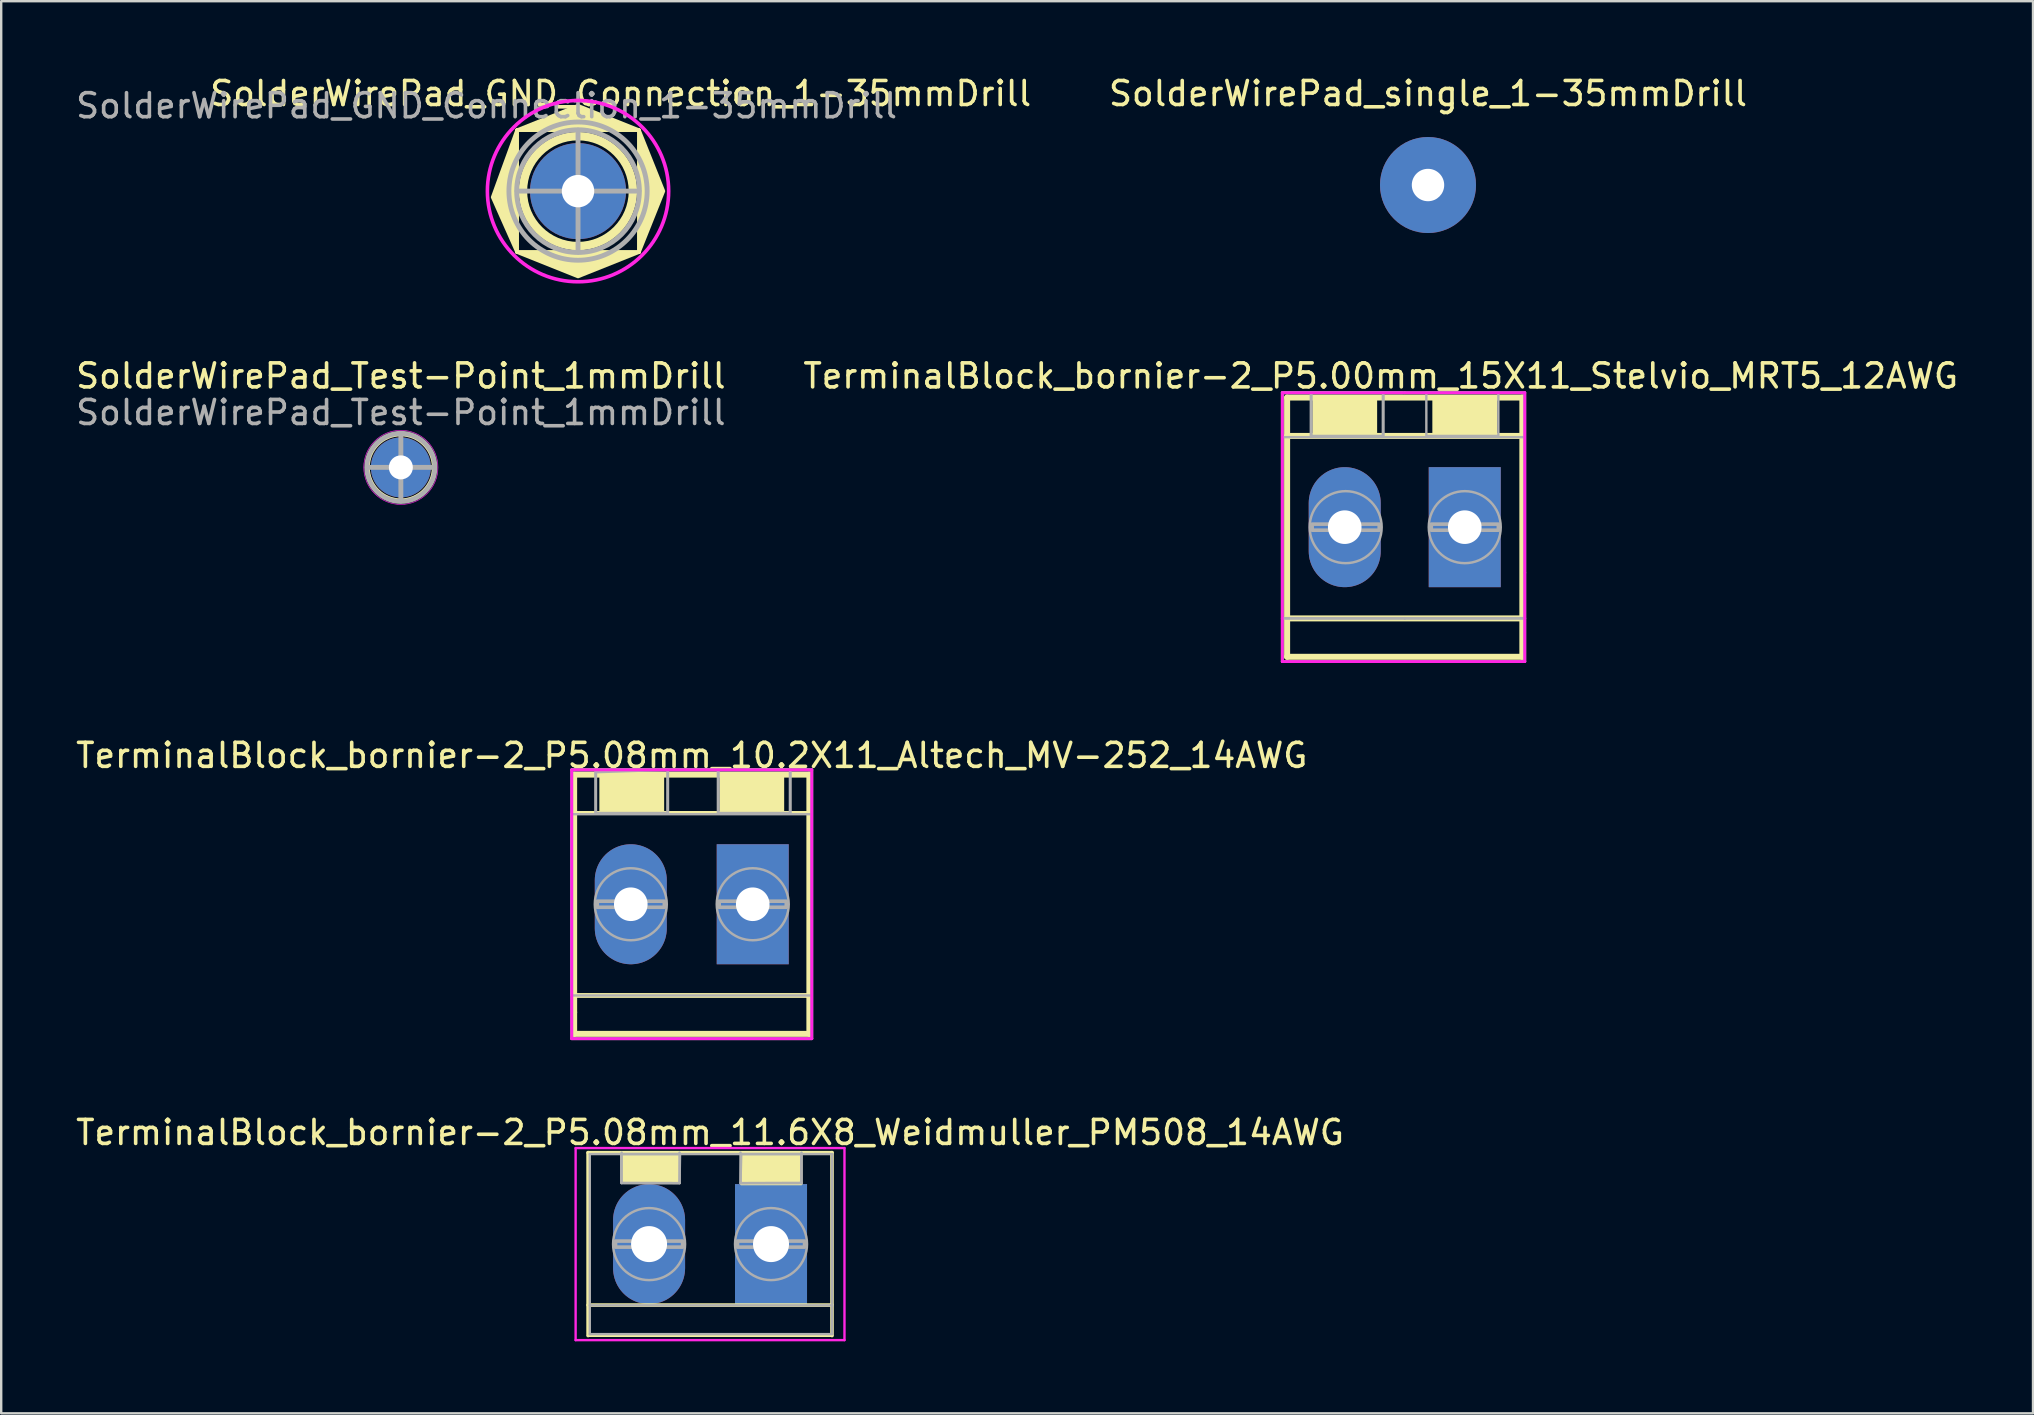
<source format=kicad_pcb>
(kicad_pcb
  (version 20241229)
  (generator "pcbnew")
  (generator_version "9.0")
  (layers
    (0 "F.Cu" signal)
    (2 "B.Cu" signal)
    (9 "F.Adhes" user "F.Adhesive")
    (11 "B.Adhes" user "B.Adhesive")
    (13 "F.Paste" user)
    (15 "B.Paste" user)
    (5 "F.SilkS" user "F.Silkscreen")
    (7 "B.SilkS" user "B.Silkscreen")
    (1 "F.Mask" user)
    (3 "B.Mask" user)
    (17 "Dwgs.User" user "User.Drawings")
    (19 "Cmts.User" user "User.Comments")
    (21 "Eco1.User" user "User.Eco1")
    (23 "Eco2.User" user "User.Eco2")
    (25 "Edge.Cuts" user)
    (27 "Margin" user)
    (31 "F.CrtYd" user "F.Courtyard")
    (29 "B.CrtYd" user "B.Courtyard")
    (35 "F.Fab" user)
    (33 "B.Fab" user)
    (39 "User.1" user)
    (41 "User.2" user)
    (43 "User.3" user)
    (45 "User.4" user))
  (footprint "SolderWirePad_Test-Point_1mmDrill"
    (layer "F.Cu")
    (at 13.649 16.421)
    (property "Reference" "SolderWirePad_Test-Point_1mmDrill" (at 0 -3.81 0) (layer "F.SilkS") (effects (font (size 1 1) (thickness 0.15))))
    (attr through_hole)
    (fp_circle (center 0 0) (end 1.27 -0.508) (stroke (width 0.15) (type solid)) (fill no) (layer "F.SilkS"))
    (fp_circle (center 0 0) (end 1.545 0) (stroke (width 0.025) (type solid)) (fill no) (layer "F.CrtYd"))
    (fp_line (start -1.397 0) (end 1.397 0) (stroke (width 0.203) (type solid)) (layer "F.Fab"))
    (fp_line (start 0 -1.397) (end 0 1.397) (stroke (width 0.203) (type solid)) (layer "F.Fab"))
    (fp_circle (center 0 0) (end 0.635 -1.27) (stroke (width 0.203) (type solid)) (fill no) (layer "F.Fab"))
    (fp_text user "${REFERENCE}" (at 0 -2.286 0) (layer "F.Fab") (effects (font (size 1 1) (thickness 0.15))))
    (pad "1" thru_hole circle (at 0 0) (size 2.499 2.499) (drill 1.001) (layers "*.Cu" "*.Mask")))
  (footprint "TerminalBlock_bornier-2_P5.08mm_10.2X11_Altech_MV-252_14AWG"
    (layer "F.Cu")
    (at 25.768 34.62)
    (property "Reference" "TerminalBlock_bornier-2_P5.08mm_10.2X11_Altech_MV-252_14AWG" (at 0 -6.2 0) (layer "F.SilkS") (effects (font (size 1 1) (thickness 0.15))))
    (attr through_hole)
    (fp_line (start -4.9 -5.4) (end 4.9 -5.4) (stroke (width 0.25) (type solid)) (layer "F.SilkS"))
    (fp_line (start -4.9 -3.81) (end 4.9 -3.81) (stroke (width 0.15) (type solid)) (layer "F.SilkS"))
    (fp_line (start -4.9 3.8) (end 4.9 3.8) (stroke (width 0.2) (type solid)) (layer "F.SilkS"))
    (fp_line (start -4.9 4.5) (end -4.9 -5.4) (stroke (width 0.25) (type solid)) (layer "F.SilkS"))
    (fp_line (start -4.9 5.4) (end -4.9 4.5) (stroke (width 0.25) (type solid)) (layer "F.SilkS"))
    (fp_line (start 4.9 -5.4) (end 4.9 5.4) (stroke (width 0.25) (type solid)) (layer "F.SilkS"))
    (fp_line (start 4.9 5.4) (end -4.9 5.4) (stroke (width 0.25) (type solid)) (layer "F.SilkS"))
    (fp_poly (pts (xy -3.8 -3.8) (xy -3.8 -5.3) (xy -1.2 -5.3) (xy -1.2 -3.8)) (stroke (width 0.1) (type solid)) (fill yes) (layer "F.SilkS"))
    (fp_poly (pts (xy 1.2 -3.9) (xy 1.2 -5.4) (xy 3.8 -5.4) (xy 3.8 -3.9)) (stroke (width 0.1) (type solid)) (fill yes) (layer "F.SilkS"))
    (fp_line (start -5 -5.6) (end 5 -5.6) (stroke (width 0.12) (type solid)) (layer "F.CrtYd"))
    (fp_line (start -5 5.6) (end -5 -5.6) (stroke (width 0.12) (type solid)) (layer "F.CrtYd"))
    (fp_line (start 5 -5.6) (end 5 5.6) (stroke (width 0.12) (type solid)) (layer "F.CrtYd"))
    (fp_line (start 5 5.6) (end -5 5.6) (stroke (width 0.12) (type solid)) (layer "F.CrtYd"))
    (fp_line (start -5.01 -3.75) (end 5 -3.75) (stroke (width 0.1) (type solid)) (layer "F.Fab"))
    (fp_line (start -5.01 3.75) (end -5.01 -3.75) (stroke (width 0.1) (type solid)) (layer "F.Fab"))
    (fp_line (start -5 -5.6) (end 4.9 -5.6) (stroke (width 0.12) (type solid)) (layer "F.Fab"))
    (fp_line (start -5 -5.6) (end 5 -5.6) (stroke (width 0.12) (type solid)) (layer "F.Fab"))
    (fp_line (start -5 5.6) (end -5 -5.6) (stroke (width 0.12) (type solid)) (layer "F.Fab"))
    (fp_line (start -4 -3.8) (end -4 -5.6) (stroke (width 0.12) (type solid)) (layer "F.Fab"))
    (fp_line (start -1 -3.8) (end -1 -5.5) (stroke (width 0.12) (type solid)) (layer "F.Fab"))
    (fp_line (start 1.1 -3.8) (end 1.1 -5.6) (stroke (width 0.12) (type solid)) (layer "F.Fab"))
    (fp_line (start 4.1 -3.8) (end 4.1 -5.5) (stroke (width 0.12) (type solid)) (layer "F.Fab"))
    (fp_line (start 5 -5.6) (end 5 5.6) (stroke (width 0.12) (type solid)) (layer "F.Fab"))
    (fp_line (start 5 -3.666) (end 5 3.7) (stroke (width 0.1) (type solid)) (layer "F.Fab"))
    (fp_line (start 5 3.8) (end -5.01 3.8) (stroke (width 0.1) (type solid)) (layer "F.Fab"))
    (fp_line (start 5 5.6) (end -5 5.6) (stroke (width 0.12) (type solid)) (layer "F.Fab"))
    (fp_circle (center -2.54 0) (end -1.04 0) (stroke (width 0.102) (type solid)) (fill no) (layer "F.Fab"))
    (fp_circle (center 2.54 0) (end 4.04 0) (stroke (width 0.102) (type solid)) (fill no) (layer "F.Fab"))
    (fp_poly (pts (xy -4 -3.8) (xy -4 -5.5) (xy -1 -5.6) (xy -1 -3.8)) (stroke (width 0.1) (type solid)) (fill no) (layer "F.Fab"))
    (fp_poly (pts (xy -3.937 0.127) (xy -3.937 -0.127) (xy -1.143 -0.127) (xy -1.143 0.127)) (stroke (width 0.15) (type solid)) (fill no) (layer "F.Fab"))
    (fp_poly (pts (xy 1.1 -3.8) (xy 1.1 -5.6) (xy 4.1 -5.6) (xy 4.1 -3.8)) (stroke (width 0.1) (type solid)) (fill no) (layer "F.Fab"))
    (fp_poly (pts (xy 1.143 0.127) (xy 1.143 -0.127) (xy 3.937 -0.127) (xy 3.937 0.127)) (stroke (width 0.15) (type solid)) (fill no) (layer "F.Fab"))
    (pad "1" thru_hole rect (at 2.54 0) (size 3 5) (drill 1.4) (layers "*.Cu" "*.Mask"))
    (pad "2" thru_hole oval (at -2.54 0) (size 3 5) (drill 1.4) (layers "*.Cu" "*.Mask")))
  (footprint "SolderWirePad_single_1-35mmDrill"
    (layer "F.Cu")
    (at 56.439 4.658)
    (property "Reference" "SolderWirePad_single_1-35mmDrill" (at 0 -3.81 0) (layer "F.SilkS") (effects (font (size 1 1) (thickness 0.15))))
    (attr through_hole)
    (pad "1" thru_hole circle (at 0 0) (size 4 4) (drill 1.35) (layers "*.Cu" "*.Mask")))
  (footprint "TerminalBlock_bornier-2_P5.00mm_15X11_Stelvio_MRT5_12AWG"
    (layer "F.Cu")
    (at 55.37 18.911)
    (property "Reference" "TerminalBlock_bornier-2_P5.00mm_15X11_Stelvio_MRT5_12AWG" (at -0.9 -6.3 0) (layer "F.SilkS") (effects (font (size 1 1) (thickness 0.15))))
    (attr through_hole)
    (fp_line (start -4.8 -5.4) (end -4.8 5.4) (stroke (width 0.25) (type solid)) (layer "F.SilkS"))
    (fp_line (start -4.8 -3.8) (end 5 -3.8) (stroke (width 0.25) (type solid)) (layer "F.SilkS"))
    (fp_line (start -4.8 3.8) (end 5 3.8) (stroke (width 0.25) (type solid)) (layer "F.SilkS"))
    (fp_line (start 5 -5.4) (end -4.8 -5.4) (stroke (width 0.25) (type solid)) (layer "F.SilkS"))
    (fp_line (start 5 -5.4) (end 5 5.4) (stroke (width 0.25) (type solid)) (layer "F.SilkS"))
    (fp_line (start 5 5.4) (end -4.8 5.4) (stroke (width 0.25) (type solid)) (layer "F.SilkS"))
    (fp_poly (pts (xy -3.7 -3.9) (xy -3.7 -5.4) (xy -1.1 -5.4) (xy -1.1 -3.9)) (stroke (width 0.1) (type solid)) (fill yes) (layer "F.SilkS"))
    (fp_poly (pts (xy 1.3 -3.9) (xy 1.3 -5.4) (xy 3.9 -5.4) (xy 3.9 -3.9)) (stroke (width 0.1) (type solid)) (fill yes) (layer "F.SilkS"))
    (fp_line (start -5 -5.6) (end 5.1 -5.6) (stroke (width 0.12) (type solid)) (layer "F.CrtYd"))
    (fp_line (start -5 5.6) (end -5 -5.6) (stroke (width 0.12) (type solid)) (layer "F.CrtYd"))
    (fp_line (start 5.1 -5.6) (end 5.1 5.6) (stroke (width 0.12) (type solid)) (layer "F.CrtYd"))
    (fp_line (start 5.1 5.6) (end -5 5.6) (stroke (width 0.12) (type solid)) (layer "F.CrtYd"))
    (fp_line (start -5 -5.6) (end 0 -5.6) (stroke (width 0.12) (type solid)) (layer "F.Fab"))
    (fp_line (start -5 -5.6) (end 0.1 -5.6) (stroke (width 0.12) (type solid)) (layer "F.Fab"))
    (fp_line (start -5 -3.75) (end 5.1 -3.75) (stroke (width 0.1) (type solid)) (layer "F.Fab"))
    (fp_line (start -5 5.6) (end -5 -5.6) (stroke (width 0.12) (type solid)) (layer "F.Fab"))
    (fp_line (start -3.8 -3.8) (end -3.8 -5.6) (stroke (width 0.12) (type solid)) (layer "F.Fab"))
    (fp_line (start -0.8 -3.8) (end -0.8 -5.5) (stroke (width 0.12) (type solid)) (layer "F.Fab"))
    (fp_line (start 0.1 -5.6) (end 5.1 -5.6) (stroke (width 0.12) (type solid)) (layer "F.Fab"))
    (fp_line (start 0.1 3.8) (end -5 3.8) (stroke (width 0.12) (type solid)) (layer "F.Fab"))
    (fp_line (start 0.1 3.8) (end 5.1 3.8) (stroke (width 0.12) (type solid)) (layer "F.Fab"))
    (fp_line (start 0.1 5.6) (end -5 5.6) (stroke (width 0.12) (type solid)) (layer "F.Fab"))
    (fp_line (start 0.1 5.6) (end 5.1 5.6) (stroke (width 0.12) (type solid)) (layer "F.Fab"))
    (fp_line (start 5.1 -5.6) (end 5.1 1.9) (stroke (width 0.12) (type solid)) (layer "F.Fab"))
    (fp_line (start 5.1 5.6) (end 5.1 1.9) (stroke (width 0.12) (type solid)) (layer "F.Fab"))
    (fp_circle (center -2.36 0) (end -0.86 0) (stroke (width 0.102) (type solid)) (fill no) (layer "F.Fab"))
    (fp_circle (center 2.6 0) (end 4.1 0) (stroke (width 0.102) (type solid)) (fill no) (layer "F.Fab"))
    (fp_poly (pts (xy -3.8 -3.8) (xy -3.8 -5.6) (xy -0.8 -5.6) (xy -0.8 -3.8)) (stroke (width 0.1) (type solid)) (fill no) (layer "F.Fab"))
    (fp_poly (pts (xy -3.757 0.127) (xy -3.757 -0.127) (xy -0.963 -0.127) (xy -0.963 0.127)) (stroke (width 0.15) (type solid)) (fill no) (layer "F.Fab"))
    (fp_poly (pts (xy 1 -3.8) (xy 1 -5.6) (xy 4 -5.6) (xy 4 -3.8)) (stroke (width 0.1) (type solid)) (fill no) (layer "F.Fab"))
    (fp_poly (pts (xy 1.206 0.127) (xy 1.206 -0.127) (xy 4 -0.127) (xy 4 0.127)) (stroke (width 0.15) (type solid)) (fill no) (layer "F.Fab"))
    (pad "1" thru_hole rect (at 2.6 0) (size 3 5) (drill 1.4) (layers "*.Cu" "*.Mask"))
    (pad "2" thru_hole oval (at -2.4 0) (size 3 5) (drill 1.4) (layers "*.Cu" "*.Mask")))
  (footprint "TerminalBlock_bornier-2_P5.08mm_11.6X8_Weidmuller_PM508_14AWG"
    (layer "F.Cu")
    (at 26.53 48.778)
    (property "Reference" "TerminalBlock_bornier-2_P5.08mm_11.6X8_Weidmuller_PM508_14AWG" (at 0 -4.65 0) (layer "F.SilkS") (effects (font (size 1 1) (thickness 0.15))))
    (attr through_hole)
    (fp_line (start -5.08 -3.81) (end 5.08 -3.81) (stroke (width 0.15) (type solid)) (layer "F.SilkS"))
    (fp_line (start -5.08 2.54) (end 5.08 2.54) (stroke (width 0.15) (type solid)) (layer "F.SilkS"))
    (fp_line (start -5.08 3.81) (end -5.08 -3.81) (stroke (width 0.15) (type solid)) (layer "F.SilkS"))
    (fp_line (start -5.08 3.81) (end 5.08 3.81) (stroke (width 0.12) (type solid)) (layer "F.SilkS"))
    (fp_line (start 5.08 -3.81) (end 5.08 3.81) (stroke (width 0.15) (type solid)) (layer "F.SilkS"))
    (fp_poly (pts (xy -3.7 -2.6) (xy -1.3 -2.6) (xy -1.3 -3.8) (xy -3.7 -3.8)) (stroke (width 0.1) (type solid)) (fill yes) (layer "F.SilkS"))
    (fp_poly (pts (xy 1.3 -2.5) (xy 1.3 -3.8) (xy 3.8 -3.8) (xy 3.8 -2.5)) (stroke (width 0.1) (type solid)) (fill yes) (layer "F.SilkS"))
    (fp_line (start -5.6 -4) (end 5.6 -4) (stroke (width 0.1) (type solid)) (layer "F.CrtYd"))
    (fp_line (start -5.6 4) (end -5.6 -4) (stroke (width 0.1) (type solid)) (layer "F.CrtYd"))
    (fp_line (start 5.6 -4) (end 5.6 4) (stroke (width 0.1) (type solid)) (layer "F.CrtYd"))
    (fp_line (start 5.6 4) (end -5.6 4) (stroke (width 0.1) (type solid)) (layer "F.CrtYd"))
    (fp_line (start -5.01 -3.75) (end 5.1 -3.75) (stroke (width 0.1) (type solid)) (layer "F.Fab"))
    (fp_line (start -5.01 2.55) (end 5.1 2.55) (stroke (width 0.1) (type solid)) (layer "F.Fab"))
    (fp_line (start -5.01 3.75) (end -5.01 -3.75) (stroke (width 0.1) (type solid)) (layer "F.Fab"))
    (fp_line (start -3.683 -3.81) (end -3.683 -2.54) (stroke (width 0.102) (type solid)) (layer "F.Fab"))
    (fp_line (start -3.683 -2.54) (end -1.27 -2.54) (stroke (width 0.102) (type solid)) (layer "F.Fab"))
    (fp_line (start -1.27 -2.54) (end -1.27 -3.81) (stroke (width 0.102) (type solid)) (layer "F.Fab"))
    (fp_line (start 1.27 -3.81) (end 1.27 -2.54) (stroke (width 0.102) (type solid)) (layer "F.Fab"))
    (fp_line (start 1.27 -2.54) (end 3.81 -2.54) (stroke (width 0.102) (type solid)) (layer "F.Fab"))
    (fp_line (start 3.81 -2.54) (end 3.81 -3.81) (stroke (width 0.102) (type solid)) (layer "F.Fab"))
    (fp_line (start 5.08 -3.683) (end 5.08 3.683) (stroke (width 0.1) (type solid)) (layer "F.Fab"))
    (fp_line (start 5.1 3.75) (end -5.01 3.75) (stroke (width 0.1) (type solid)) (layer "F.Fab"))
    (fp_circle (center -2.54 0) (end -1.04 0) (stroke (width 0.102) (type solid)) (fill no) (layer "F.Fab"))
    (fp_circle (center 2.54 0) (end 4.04 0) (stroke (width 0.102) (type solid)) (fill no) (layer "F.Fab"))
    (fp_poly (pts (xy -3.937 0.127) (xy -3.937 -0.127) (xy -1.143 -0.127) (xy -1.143 0.127)) (stroke (width 0.15) (type solid)) (fill no) (layer "F.Fab"))
    (fp_poly (pts (xy -3.7 -2.55) (xy -3.7 -3.75) (xy -1.25 -3.75) (xy -1.27 -2.54)) (stroke (width 0.1) (type solid)) (fill no) (layer "F.Fab"))
    (fp_poly (pts (xy 1.143 0.127) (xy 1.143 -0.127) (xy 3.937 -0.127) (xy 3.937 0.127)) (stroke (width 0.15) (type solid)) (fill no) (layer "F.Fab"))
    (fp_poly (pts (xy 1.27 -2.54) (xy 1.3 -3.75) (xy 3.8 -3.75) (xy 3.8 -2.55)) (stroke (width 0.1) (type solid)) (fill no) (layer "F.Fab"))
    (pad "1" thru_hole rect (at 2.54 0) (size 3 5) (drill 1.5) (layers "*.Cu" "*.Mask"))
    (pad "2" thru_hole oval (at -2.54 0) (size 3 5) (drill 1.5) (layers "*.Cu" "*.Mask")))
  (footprint "SolderWirePad_GND_Connection_1-35mmDrill"
    (layer "F.Cu")
    (at 21.03 4.912)
    (property "Reference" "SolderWirePad_GND_Connection_1-35mmDrill" (at 1.778 -4.064 0) (layer "F.SilkS") (effects (font (size 1 1) (thickness 0.15))))
    (attr through_hole)
    (fp_line (start -2.54 -2.54) (end 2.54 -2.54) (stroke (width 0.15) (type solid)) (layer "F.SilkS"))
    (fp_line (start -2.54 2.54) (end -2.54 -2.54) (stroke (width 0.15) (type solid)) (layer "F.SilkS"))
    (fp_line (start 2.54 -2.54) (end 2.54 2.54) (stroke (width 0.15) (type solid)) (layer "F.SilkS"))
    (fp_line (start 2.54 2.54) (end -2.54 2.54) (stroke (width 0.15) (type solid)) (layer "F.SilkS"))
    (fp_circle (center -0.004 0) (end 2.286 0) (stroke (width 0.35) (type solid)) (fill no) (layer "F.SilkS"))
    (fp_poly (pts (xy -2.54 -2.54) (xy 2.54 -2.54) (xy 0 -3.556)) (stroke (width 0.15) (type solid)) (fill yes) (layer "F.SilkS"))
    (fp_poly (pts (xy -2.54 2.54) (xy -2.54 -2.54) (xy -3.556 0.254)) (stroke (width 0.15) (type solid)) (fill yes) (layer "F.SilkS"))
    (fp_poly (pts (xy -2.54 2.54) (xy 0 3.556) (xy 2.54 2.54)) (stroke (width 0.15) (type solid)) (fill yes) (layer "F.SilkS"))
    (fp_poly (pts (xy 2.54 2.54) (xy 2.54 -2.54) (xy 3.556 0)) (stroke (width 0.15) (type solid)) (fill yes) (layer "F.SilkS"))
    (fp_circle (center 0 0) (end 2.794 -2.54) (stroke (width 0.15) (type solid)) (fill no) (layer "F.CrtYd"))
    (fp_line (start -2.54 0) (end 2.54 0) (stroke (width 0.203) (type solid)) (layer "F.Fab"))
    (fp_line (start 0 -2.54) (end 0 2.54) (stroke (width 0.203) (type solid)) (layer "F.Fab"))
    (fp_circle (center 0 0) (end 1.143 -2.286) (stroke (width 0.203) (type solid)) (fill no) (layer "F.Fab"))
    (fp_circle (center 0 0) (end 2.879 0) (stroke (width 0.203) (type solid)) (fill no) (layer "F.Fab"))
    (fp_text user "${REFERENCE}" (at -3.81 -3.556 0) (layer "F.Fab") (effects (font (size 1 1) (thickness 0.15))))
    (pad "1" thru_hole circle (at 0 0) (size 4 4) (drill 1.35) (layers "*.Cu" "*.Mask")))
  (gr_rect
    (start -3 -3)
    (end 81.643 55.828)
    (stroke (width 0.1) (type default))
    (fill no)
    (layer "Edge.Cuts")))
</source>
